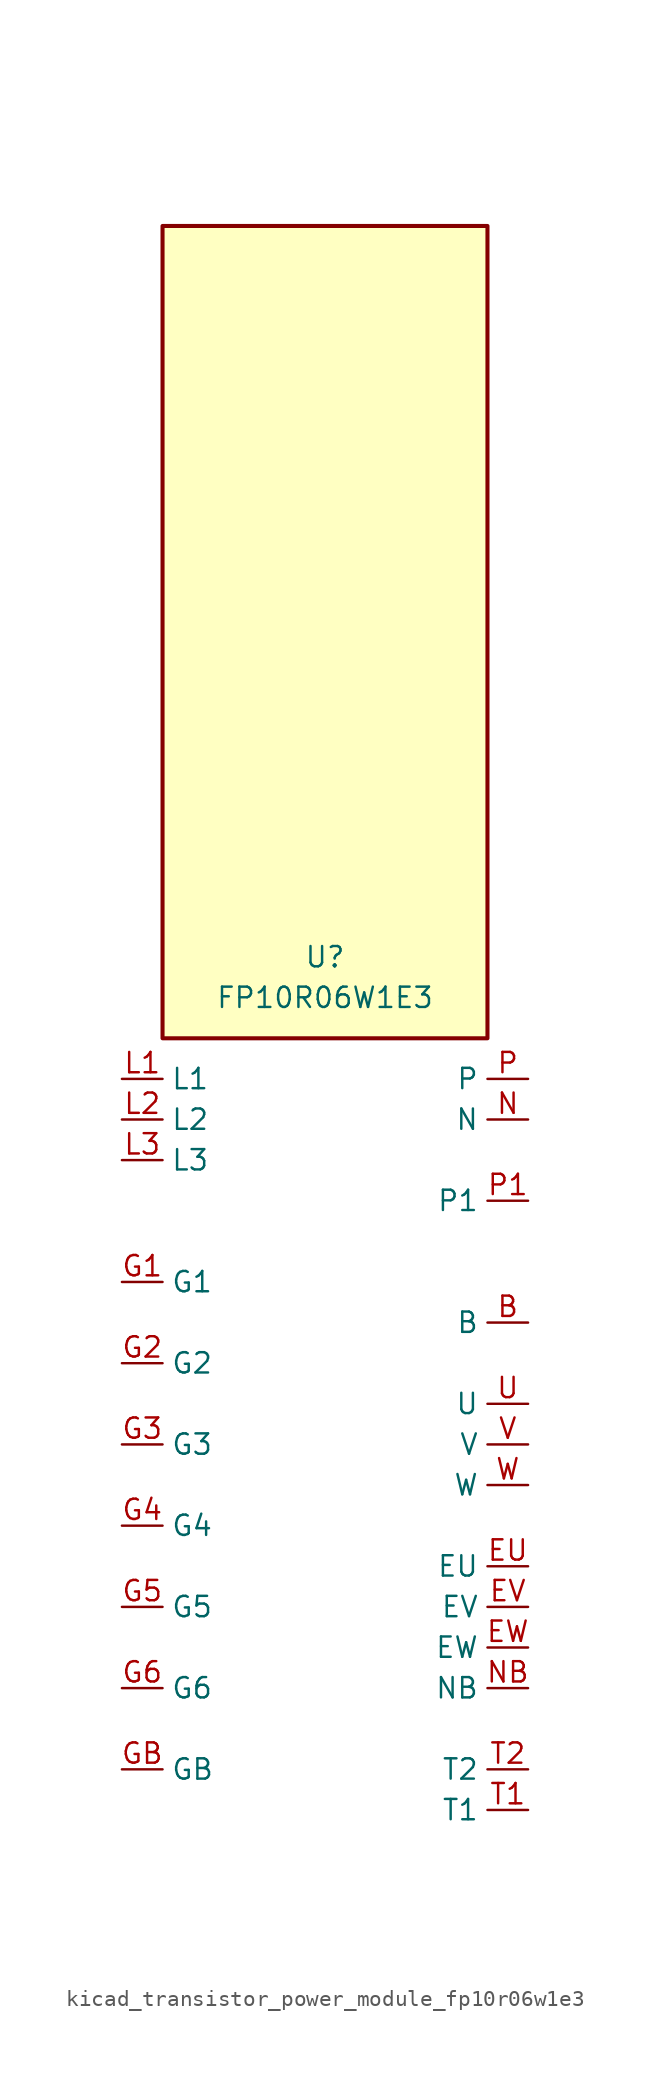
<source format=kicad_sym>
(kicad_symbol_lib
  (version 20220914)
  (generator kicad_symbol_editor)
  (symbol "kicad_transistor_power_module_fp10r06w1e3"
    (property "Reference" "U"
      (at 0 30.48 0)
      (effects (font (size 1.27 1.27))))
    (property "Value" "FP10R06W1E3"
      (at 0 27.94 0)
      (effects (font (size 1.27 1.27))))
    (symbol "kicad_transistor_power_module_fp10r06w1e3_1_1"
      (rectangle (start 10.16 76.2) (end -10.16 25.4) (stroke (width 0.254) (type default)) (fill (type background)))
      (pin passive line (at 12.7 7.62 180) (length 2.54) (name "B" (effects (font (size 1.27 1.27)))) (number "B" (effects (font (size 1.27 1.27)))))
      (pin passive line (at 12.7 -7.62 180) (length 2.54) (name "EU" (effects (font (size 1.27 1.27)))) (number "EU" (effects (font (size 1.27 1.27)))))
      (pin passive line (at 12.7 -10.16 180) (length 2.54) (name "EV" (effects (font (size 1.27 1.27)))) (number "EV" (effects (font (size 1.27 1.27)))))
      (pin passive line (at 12.7 -12.7 180) (length 2.54) (name "EW" (effects (font (size 1.27 1.27)))) (number "EW" (effects (font (size 1.27 1.27)))))
      (pin passive line (at -12.7 10.16 0) (length 2.54) (name "G1" (effects (font (size 1.27 1.27)))) (number "G1" (effects (font (size 1.27 1.27)))))
      (pin passive line (at -12.7 5.08 0) (length 2.54) (name "G2" (effects (font (size 1.27 1.27)))) (number "G2" (effects (font (size 1.27 1.27)))))
      (pin passive line (at -12.7 0 0) (length 2.54) (name "G3" (effects (font (size 1.27 1.27)))) (number "G3" (effects (font (size 1.27 1.27)))))
      (pin passive line (at -12.7 -5.08 0) (length 2.54) (name "G4" (effects (font (size 1.27 1.27)))) (number "G4" (effects (font (size 1.27 1.27)))))
      (pin passive line (at -12.7 -10.16 0) (length 2.54) (name "G5" (effects (font (size 1.27 1.27)))) (number "G5" (effects (font (size 1.27 1.27)))))
      (pin passive line (at -12.7 -15.24 0) (length 2.54) (name "G6" (effects (font (size 1.27 1.27)))) (number "G6" (effects (font (size 1.27 1.27)))))
      (pin passive line (at -12.7 -20.32 0) (length 2.54) (name "GB" (effects (font (size 1.27 1.27)))) (number "GB" (effects (font (size 1.27 1.27)))))
      (pin passive line (at -12.7 22.86 0) (length 2.54) (name "L1" (effects (font (size 1.27 1.27)))) (number "L1" (effects (font (size 1.27 1.27)))))
      (pin passive line (at -12.7 20.32 0) (length 2.54) (name "L2" (effects (font (size 1.27 1.27)))) (number "L2" (effects (font (size 1.27 1.27)))))
      (pin passive line (at -12.7 17.78 0) (length 2.54) (name "L3" (effects (font (size 1.27 1.27)))) (number "L3" (effects (font (size 1.27 1.27)))))
      (pin passive line (at 12.7 20.32 180) (length 2.54) (name "N" (effects (font (size 1.27 1.27)))) (number "N" (effects (font (size 1.27 1.27)))))
      (pin passive line (at 12.7 -15.24 180) (length 2.54) (name "NB" (effects (font (size 1.27 1.27)))) (number "NB" (effects (font (size 1.27 1.27)))))
      (pin passive line (at 12.7 22.86 180) (length 2.54) (name "P" (effects (font (size 1.27 1.27)))) (number "P" (effects (font (size 1.27 1.27)))))
      (pin passive line (at 12.7 15.24 180) (length 2.54) (name "P1" (effects (font (size 1.27 1.27)))) (number "P1" (effects (font (size 1.27 1.27)))))
      (pin passive line (at 12.7 -22.86 180) (length 2.54) (name "T1" (effects (font (size 1.27 1.27)))) (number "T1" (effects (font (size 1.27 1.27)))))
      (pin passive line (at 12.7 -20.32 180) (length 2.54) (name "T2" (effects (font (size 1.27 1.27)))) (number "T2" (effects (font (size 1.27 1.27)))))
      (pin passive line (at 12.7 2.54 180) (length 2.54) (name "U" (effects (font (size 1.27 1.27)))) (number "U" (effects (font (size 1.27 1.27)))))
      (pin passive line (at 12.7 0 180) (length 2.54) (name "V" (effects (font (size 1.27 1.27)))) (number "V" (effects (font (size 1.27 1.27)))))
      (pin passive line (at 12.7 -2.54 180) (length 2.54) (name "W" (effects (font (size 1.27 1.27)))) (number "W" (effects (font (size 1.27 1.27))))))))
</source>
